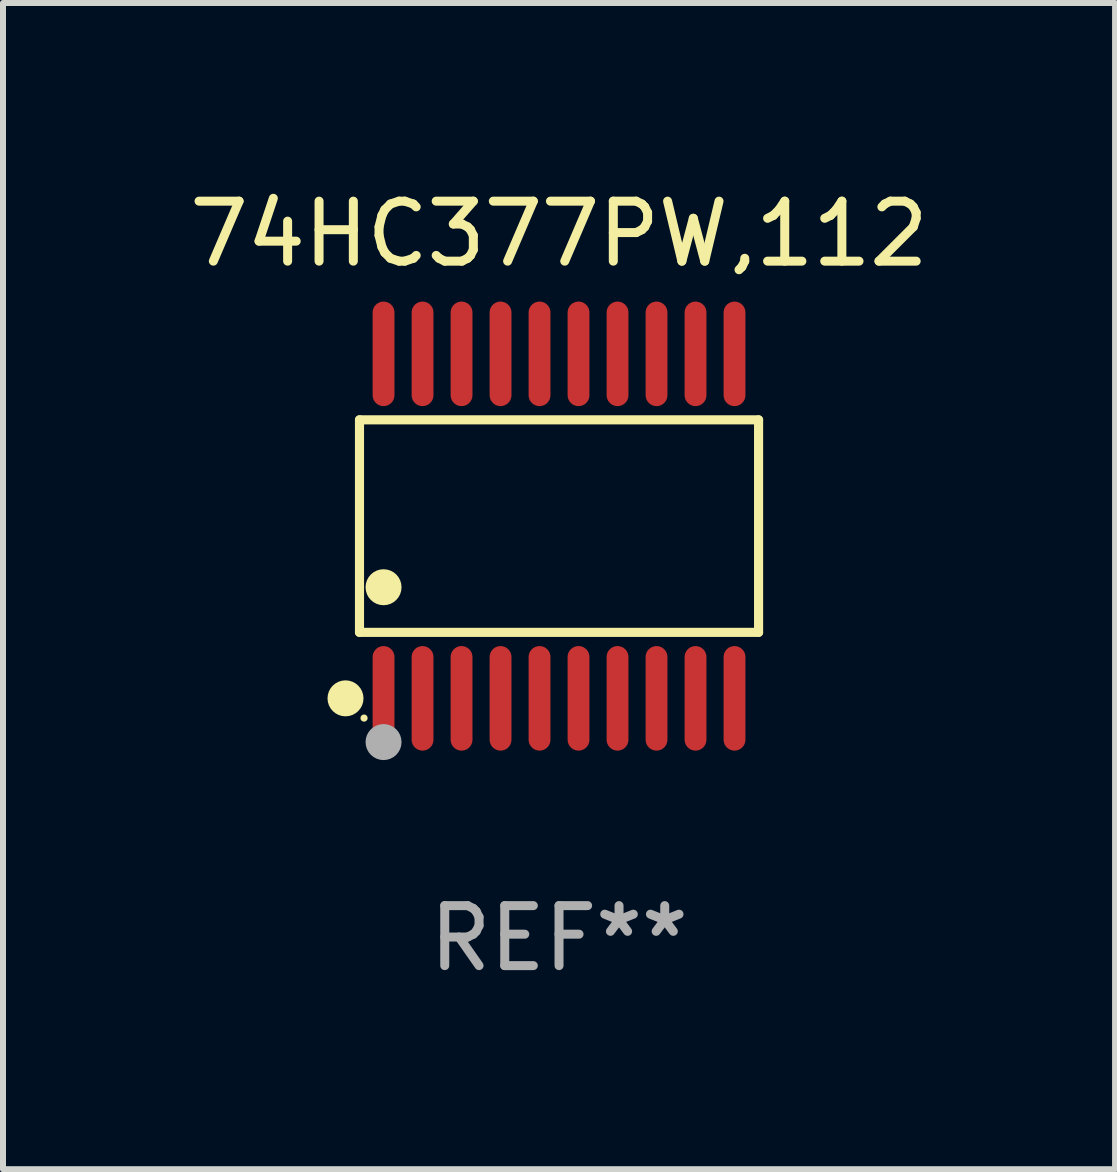
<source format=kicad_pcb>
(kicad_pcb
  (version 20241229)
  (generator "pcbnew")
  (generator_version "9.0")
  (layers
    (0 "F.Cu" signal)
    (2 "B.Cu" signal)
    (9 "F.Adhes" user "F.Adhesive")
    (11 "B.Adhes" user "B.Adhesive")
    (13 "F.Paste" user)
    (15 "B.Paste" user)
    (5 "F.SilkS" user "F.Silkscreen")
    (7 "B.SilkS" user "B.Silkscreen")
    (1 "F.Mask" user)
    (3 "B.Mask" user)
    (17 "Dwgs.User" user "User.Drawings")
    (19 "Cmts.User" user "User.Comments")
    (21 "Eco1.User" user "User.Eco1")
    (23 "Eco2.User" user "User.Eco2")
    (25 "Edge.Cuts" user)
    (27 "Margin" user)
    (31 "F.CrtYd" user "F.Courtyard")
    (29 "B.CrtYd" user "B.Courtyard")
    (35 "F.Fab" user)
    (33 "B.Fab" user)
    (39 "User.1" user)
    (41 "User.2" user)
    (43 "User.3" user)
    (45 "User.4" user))
  (footprint "74HC377PW,112"
    (layer "F.Cu")
    (at 6.268 5.719)
    (property "Reference" "74HC377PW,112" (at 0 -4.871 0) (layer "F.SilkS") (effects (font (size 1 1) (thickness 0.15))))
    (attr through_hole)
    (fp_line (start -3.326 -1.771) (end 3.326 -1.771) (stroke (width 0.152) (type solid)) (layer "F.SilkS"))
    (fp_line (start -3.326 1.771) (end -3.326 -1.771) (stroke (width 0.152) (type solid)) (layer "F.SilkS"))
    (fp_line (start 3.326 -1.771) (end 3.326 1.771) (stroke (width 0.152) (type solid)) (layer "F.SilkS"))
    (fp_line (start 3.326 1.771) (end -3.326 1.771) (stroke (width 0.152) (type solid)) (layer "F.SilkS"))
    (fp_circle (center -3.559 2.871) (end -3.409 2.871) (stroke (width 0.3) (type solid)) (fill no) (layer "F.SilkS"))
    (fp_circle (center -3.25 3.2) (end -3.22 3.2) (stroke (width 0.06) (type solid)) (fill no) (layer "F.SilkS"))
    (fp_circle (center -2.925 1.019) (end -2.775 1.019) (stroke (width 0.3) (type solid)) (fill no) (layer "F.SilkS"))
    (fp_circle (center -2.925 3.6) (end -2.775 3.6) (stroke (width 0.3) (type solid)) (fill no) (layer "F.Fab"))
    (fp_text user "REF**" (at 0 6.871 0) (layer "F.Fab") (effects (font (size 1 1) (thickness 0.15))))
    (pad "1" smd oval (at -2.925 2.871) (size 0.364 1.742) (layers "F.Cu" "F.Mask" "F.Paste"))
    (pad "2" smd oval (at -2.275 2.871) (size 0.364 1.742) (layers "F.Cu" "F.Mask" "F.Paste"))
    (pad "3" smd oval (at -1.625 2.871) (size 0.364 1.742) (layers "F.Cu" "F.Mask" "F.Paste"))
    (pad "4" smd oval (at -0.975 2.871) (size 0.364 1.742) (layers "F.Cu" "F.Mask" "F.Paste"))
    (pad "5" smd oval (at -0.325 2.871) (size 0.364 1.742) (layers "F.Cu" "F.Mask" "F.Paste"))
    (pad "6" smd oval (at 0.325 2.871) (size 0.364 1.742) (layers "F.Cu" "F.Mask" "F.Paste"))
    (pad "7" smd oval (at 0.975 2.871) (size 0.364 1.742) (layers "F.Cu" "F.Mask" "F.Paste"))
    (pad "8" smd oval (at 1.625 2.871) (size 0.364 1.742) (layers "F.Cu" "F.Mask" "F.Paste"))
    (pad "9" smd oval (at 2.275 2.871) (size 0.364 1.742) (layers "F.Cu" "F.Mask" "F.Paste"))
    (pad "10" smd oval (at 2.925 2.871) (size 0.364 1.742) (layers "F.Cu" "F.Mask" "F.Paste"))
    (pad "11" smd oval (at 2.925 -2.871) (size 0.364 1.742) (layers "F.Cu" "F.Mask" "F.Paste"))
    (pad "12" smd oval (at 2.275 -2.871) (size 0.364 1.742) (layers "F.Cu" "F.Mask" "F.Paste"))
    (pad "13" smd oval (at 1.625 -2.871) (size 0.364 1.742) (layers "F.Cu" "F.Mask" "F.Paste"))
    (pad "14" smd oval (at 0.975 -2.871) (size 0.364 1.742) (layers "F.Cu" "F.Mask" "F.Paste"))
    (pad "15" smd oval (at 0.325 -2.871) (size 0.364 1.742) (layers "F.Cu" "F.Mask" "F.Paste"))
    (pad "16" smd oval (at -0.325 -2.871) (size 0.364 1.742) (layers "F.Cu" "F.Mask" "F.Paste"))
    (pad "17" smd oval (at -0.975 -2.871) (size 0.364 1.742) (layers "F.Cu" "F.Mask" "F.Paste"))
    (pad "18" smd oval (at -1.625 -2.871) (size 0.364 1.742) (layers "F.Cu" "F.Mask" "F.Paste"))
    (pad "19" smd oval (at -2.275 -2.871) (size 0.364 1.742) (layers "F.Cu" "F.Mask" "F.Paste"))
    (pad "20" smd oval (at -2.925 -2.871) (size 0.364 1.742) (layers "F.Cu" "F.Mask" "F.Paste")))
  (gr_rect
    (start -3 -3)
    (end 15.536 16.438)
    (stroke (width 0.1) (type default))
    (fill no)
    (layer "Edge.Cuts")))
</source>
